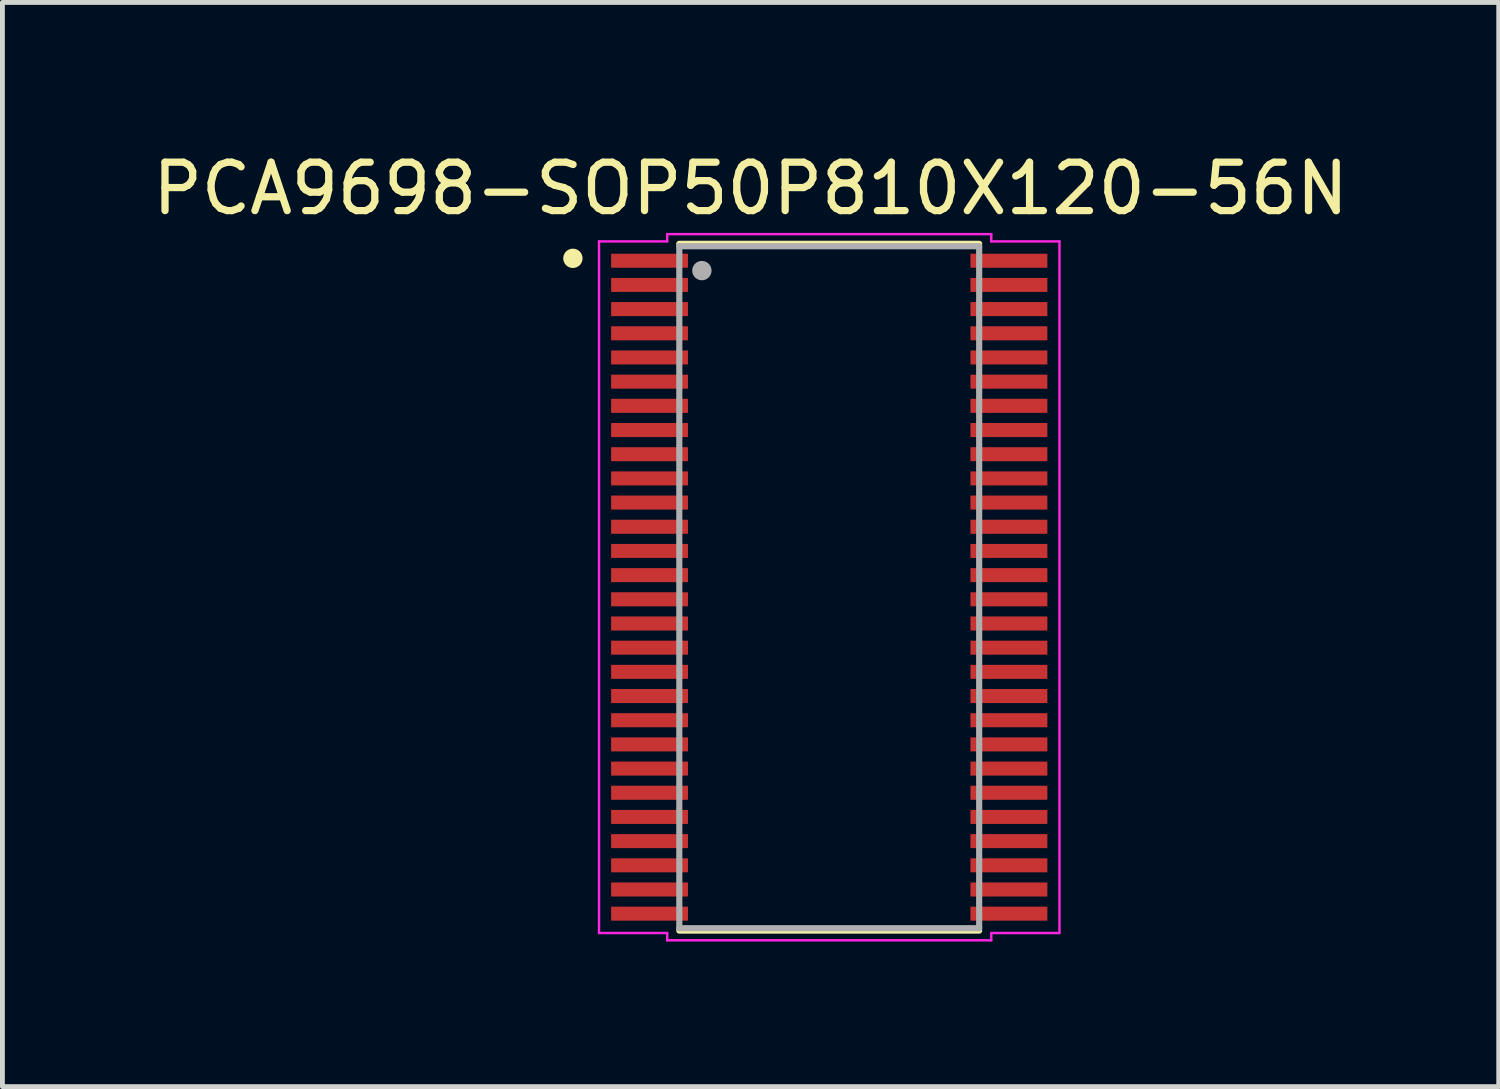
<source format=kicad_pcb>
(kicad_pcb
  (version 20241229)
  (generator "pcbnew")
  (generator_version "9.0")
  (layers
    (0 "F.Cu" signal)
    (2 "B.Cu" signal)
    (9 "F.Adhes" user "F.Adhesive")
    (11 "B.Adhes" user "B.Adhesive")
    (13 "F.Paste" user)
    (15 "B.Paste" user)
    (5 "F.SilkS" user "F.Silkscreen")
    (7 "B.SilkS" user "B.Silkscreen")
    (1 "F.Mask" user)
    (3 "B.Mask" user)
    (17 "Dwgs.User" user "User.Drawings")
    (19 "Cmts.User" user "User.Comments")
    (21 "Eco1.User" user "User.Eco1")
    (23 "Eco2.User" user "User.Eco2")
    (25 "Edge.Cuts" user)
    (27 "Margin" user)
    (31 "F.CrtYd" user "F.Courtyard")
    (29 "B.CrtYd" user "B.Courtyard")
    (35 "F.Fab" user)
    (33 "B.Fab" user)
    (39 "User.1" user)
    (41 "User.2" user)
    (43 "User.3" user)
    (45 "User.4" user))
  (footprint "PCA9698-SOP50P810X120-56N"
    (layer "F.Cu")
    (at 14.095 9.091)
    (property "Reference" "PCA9698-SOP50P810X120-56N" (at -1.626 -8.242 0) (layer "F.SilkS") (effects (font (size 1.001 1.001) (thickness 0.15))))
    (attr smd)
    (fp_line (start -3.1 -7.1) (end 3.1 -7.1) (stroke (width 0.127) (type solid)) (layer "F.SilkS"))
    (fp_line (start -3.1 7.1) (end 3.1 7.1) (stroke (width 0.127) (type solid)) (layer "F.SilkS"))
    (fp_circle (center -5.3 -6.8) (end -5.2 -6.8) (stroke (width 0.2) (type solid)) (fill no) (layer "F.SilkS"))
    (fp_line (start -4.76 -7.15) (end -3.35 -7.15) (stroke (width 0.05) (type solid)) (layer "F.CrtYd"))
    (fp_line (start -4.76 7.15) (end -4.76 -7.15) (stroke (width 0.05) (type solid)) (layer "F.CrtYd"))
    (fp_line (start -3.35 -7.3) (end 3.35 -7.3) (stroke (width 0.05) (type solid)) (layer "F.CrtYd"))
    (fp_line (start -3.35 -7.15) (end -3.35 -7.3) (stroke (width 0.05) (type solid)) (layer "F.CrtYd"))
    (fp_line (start -3.35 7.15) (end -4.76 7.15) (stroke (width 0.05) (type solid)) (layer "F.CrtYd"))
    (fp_line (start -3.35 7.3) (end -3.35 7.15) (stroke (width 0.05) (type solid)) (layer "F.CrtYd"))
    (fp_line (start 3.35 -7.3) (end 3.35 -7.15) (stroke (width 0.05) (type solid)) (layer "F.CrtYd"))
    (fp_line (start 3.35 -7.15) (end 4.76 -7.15) (stroke (width 0.05) (type solid)) (layer "F.CrtYd"))
    (fp_line (start 3.35 7.15) (end 3.35 7.3) (stroke (width 0.05) (type solid)) (layer "F.CrtYd"))
    (fp_line (start 3.35 7.3) (end -3.35 7.3) (stroke (width 0.05) (type solid)) (layer "F.CrtYd"))
    (fp_line (start 4.76 -7.15) (end 4.76 7.15) (stroke (width 0.05) (type solid)) (layer "F.CrtYd"))
    (fp_line (start 4.76 7.15) (end 3.35 7.15) (stroke (width 0.05) (type solid)) (layer "F.CrtYd"))
    (fp_line (start -3.1 -7.05) (end 3.1 -7.05) (stroke (width 0.127) (type solid)) (layer "F.Fab"))
    (fp_line (start -3.1 7.05) (end -3.1 -7.05) (stroke (width 0.127) (type solid)) (layer "F.Fab"))
    (fp_line (start 3.1 -7.05) (end 3.1 7.05) (stroke (width 0.127) (type solid)) (layer "F.Fab"))
    (fp_line (start 3.1 7.05) (end -3.1 7.05) (stroke (width 0.127) (type solid)) (layer "F.Fab"))
    (fp_circle (center -2.633 -6.546) (end -2.533 -6.546) (stroke (width 0.2) (type solid)) (fill no) (layer "F.Fab"))
    (pad "1" smd roundrect (at -3.715 -6.75) (size 1.59 0.29) (layers "F.Cu" "F.Mask" "F.Paste") (roundrect_rratio 0.035))
    (pad "2" smd roundrect (at -3.715 -6.25) (size 1.59 0.29) (layers "F.Cu" "F.Mask" "F.Paste") (roundrect_rratio 0.035))
    (pad "3" smd roundrect (at -3.715 -5.75) (size 1.59 0.29) (layers "F.Cu" "F.Mask" "F.Paste") (roundrect_rratio 0.035))
    (pad "4" smd roundrect (at -3.715 -5.25) (size 1.59 0.29) (layers "F.Cu" "F.Mask" "F.Paste") (roundrect_rratio 0.035))
    (pad "5" smd roundrect (at -3.715 -4.75) (size 1.59 0.29) (layers "F.Cu" "F.Mask" "F.Paste") (roundrect_rratio 0.035))
    (pad "6" smd roundrect (at -3.715 -4.25) (size 1.59 0.29) (layers "F.Cu" "F.Mask" "F.Paste") (roundrect_rratio 0.035))
    (pad "7" smd roundrect (at -3.715 -3.75) (size 1.59 0.29) (layers "F.Cu" "F.Mask" "F.Paste") (roundrect_rratio 0.035))
    (pad "8" smd roundrect (at -3.715 -3.25) (size 1.59 0.29) (layers "F.Cu" "F.Mask" "F.Paste") (roundrect_rratio 0.035))
    (pad "9" smd roundrect (at -3.715 -2.75) (size 1.59 0.29) (layers "F.Cu" "F.Mask" "F.Paste") (roundrect_rratio 0.035))
    (pad "10" smd roundrect (at -3.715 -2.25) (size 1.59 0.29) (layers "F.Cu" "F.Mask" "F.Paste") (roundrect_rratio 0.035))
    (pad "11" smd roundrect (at -3.715 -1.75) (size 1.59 0.29) (layers "F.Cu" "F.Mask" "F.Paste") (roundrect_rratio 0.035))
    (pad "12" smd roundrect (at -3.715 -1.25) (size 1.59 0.29) (layers "F.Cu" "F.Mask" "F.Paste") (roundrect_rratio 0.035))
    (pad "13" smd roundrect (at -3.715 -0.75) (size 1.59 0.29) (layers "F.Cu" "F.Mask" "F.Paste") (roundrect_rratio 0.035))
    (pad "14" smd roundrect (at -3.715 -0.25) (size 1.59 0.29) (layers "F.Cu" "F.Mask" "F.Paste") (roundrect_rratio 0.035))
    (pad "15" smd roundrect (at -3.715 0.25) (size 1.59 0.29) (layers "F.Cu" "F.Mask" "F.Paste") (roundrect_rratio 0.035))
    (pad "16" smd roundrect (at -3.715 0.75) (size 1.59 0.29) (layers "F.Cu" "F.Mask" "F.Paste") (roundrect_rratio 0.035))
    (pad "17" smd roundrect (at -3.715 1.25) (size 1.59 0.29) (layers "F.Cu" "F.Mask" "F.Paste") (roundrect_rratio 0.035))
    (pad "18" smd roundrect (at -3.715 1.75) (size 1.59 0.29) (layers "F.Cu" "F.Mask" "F.Paste") (roundrect_rratio 0.035))
    (pad "19" smd roundrect (at -3.715 2.25) (size 1.59 0.29) (layers "F.Cu" "F.Mask" "F.Paste") (roundrect_rratio 0.035))
    (pad "20" smd roundrect (at -3.715 2.75) (size 1.59 0.29) (layers "F.Cu" "F.Mask" "F.Paste") (roundrect_rratio 0.035))
    (pad "21" smd roundrect (at -3.715 3.25) (size 1.59 0.29) (layers "F.Cu" "F.Mask" "F.Paste") (roundrect_rratio 0.035))
    (pad "22" smd roundrect (at -3.715 3.75) (size 1.59 0.29) (layers "F.Cu" "F.Mask" "F.Paste") (roundrect_rratio 0.035))
    (pad "23" smd roundrect (at -3.715 4.25) (size 1.59 0.29) (layers "F.Cu" "F.Mask" "F.Paste") (roundrect_rratio 0.035))
    (pad "24" smd roundrect (at -3.715 4.75) (size 1.59 0.29) (layers "F.Cu" "F.Mask" "F.Paste") (roundrect_rratio 0.035))
    (pad "25" smd roundrect (at -3.715 5.25) (size 1.59 0.29) (layers "F.Cu" "F.Mask" "F.Paste") (roundrect_rratio 0.035))
    (pad "26" smd roundrect (at -3.715 5.75) (size 1.59 0.29) (layers "F.Cu" "F.Mask" "F.Paste") (roundrect_rratio 0.035))
    (pad "27" smd roundrect (at -3.715 6.25) (size 1.59 0.29) (layers "F.Cu" "F.Mask" "F.Paste") (roundrect_rratio 0.035))
    (pad "28" smd roundrect (at -3.715 6.75) (size 1.59 0.29) (layers "F.Cu" "F.Mask" "F.Paste") (roundrect_rratio 0.035))
    (pad "29" smd roundrect (at 3.715 6.75) (size 1.59 0.29) (layers "F.Cu" "F.Mask" "F.Paste") (roundrect_rratio 0.035))
    (pad "30" smd roundrect (at 3.715 6.25) (size 1.59 0.29) (layers "F.Cu" "F.Mask" "F.Paste") (roundrect_rratio 0.035))
    (pad "31" smd roundrect (at 3.715 5.75) (size 1.59 0.29) (layers "F.Cu" "F.Mask" "F.Paste") (roundrect_rratio 0.035))
    (pad "32" smd roundrect (at 3.715 5.25) (size 1.59 0.29) (layers "F.Cu" "F.Mask" "F.Paste") (roundrect_rratio 0.035))
    (pad "33" smd roundrect (at 3.715 4.75) (size 1.59 0.29) (layers "F.Cu" "F.Mask" "F.Paste") (roundrect_rratio 0.035))
    (pad "34" smd roundrect (at 3.715 4.25) (size 1.59 0.29) (layers "F.Cu" "F.Mask" "F.Paste") (roundrect_rratio 0.035))
    (pad "35" smd roundrect (at 3.715 3.75) (size 1.59 0.29) (layers "F.Cu" "F.Mask" "F.Paste") (roundrect_rratio 0.035))
    (pad "36" smd roundrect (at 3.715 3.25) (size 1.59 0.29) (layers "F.Cu" "F.Mask" "F.Paste") (roundrect_rratio 0.035))
    (pad "37" smd roundrect (at 3.715 2.75) (size 1.59 0.29) (layers "F.Cu" "F.Mask" "F.Paste") (roundrect_rratio 0.035))
    (pad "38" smd roundrect (at 3.715 2.25) (size 1.59 0.29) (layers "F.Cu" "F.Mask" "F.Paste") (roundrect_rratio 0.035))
    (pad "39" smd roundrect (at 3.715 1.75) (size 1.59 0.29) (layers "F.Cu" "F.Mask" "F.Paste") (roundrect_rratio 0.035))
    (pad "40" smd roundrect (at 3.715 1.25) (size 1.59 0.29) (layers "F.Cu" "F.Mask" "F.Paste") (roundrect_rratio 0.035))
    (pad "41" smd roundrect (at 3.715 0.75) (size 1.59 0.29) (layers "F.Cu" "F.Mask" "F.Paste") (roundrect_rratio 0.035))
    (pad "42" smd roundrect (at 3.715 0.25) (size 1.59 0.29) (layers "F.Cu" "F.Mask" "F.Paste") (roundrect_rratio 0.035))
    (pad "43" smd roundrect (at 3.715 -0.25) (size 1.59 0.29) (layers "F.Cu" "F.Mask" "F.Paste") (roundrect_rratio 0.035))
    (pad "44" smd roundrect (at 3.715 -0.75) (size 1.59 0.29) (layers "F.Cu" "F.Mask" "F.Paste") (roundrect_rratio 0.035))
    (pad "45" smd roundrect (at 3.715 -1.25) (size 1.59 0.29) (layers "F.Cu" "F.Mask" "F.Paste") (roundrect_rratio 0.035))
    (pad "46" smd roundrect (at 3.715 -1.75) (size 1.59 0.29) (layers "F.Cu" "F.Mask" "F.Paste") (roundrect_rratio 0.035))
    (pad "47" smd roundrect (at 3.715 -2.25) (size 1.59 0.29) (layers "F.Cu" "F.Mask" "F.Paste") (roundrect_rratio 0.035))
    (pad "48" smd roundrect (at 3.715 -2.75) (size 1.59 0.29) (layers "F.Cu" "F.Mask" "F.Paste") (roundrect_rratio 0.035))
    (pad "49" smd roundrect (at 3.715 -3.25) (size 1.59 0.29) (layers "F.Cu" "F.Mask" "F.Paste") (roundrect_rratio 0.035))
    (pad "50" smd roundrect (at 3.715 -3.75) (size 1.59 0.29) (layers "F.Cu" "F.Mask" "F.Paste") (roundrect_rratio 0.035))
    (pad "51" smd roundrect (at 3.715 -4.25) (size 1.59 0.29) (layers "F.Cu" "F.Mask" "F.Paste") (roundrect_rratio 0.035))
    (pad "52" smd roundrect (at 3.715 -4.75) (size 1.59 0.29) (layers "F.Cu" "F.Mask" "F.Paste") (roundrect_rratio 0.035))
    (pad "53" smd roundrect (at 3.715 -5.25) (size 1.59 0.29) (layers "F.Cu" "F.Mask" "F.Paste") (roundrect_rratio 0.035))
    (pad "54" smd roundrect (at 3.715 -5.75) (size 1.59 0.29) (layers "F.Cu" "F.Mask" "F.Paste") (roundrect_rratio 0.035))
    (pad "55" smd roundrect (at 3.715 -6.25) (size 1.59 0.29) (layers "F.Cu" "F.Mask" "F.Paste") (roundrect_rratio 0.035))
    (pad "56" smd roundrect (at 3.715 -6.75) (size 1.59 0.29) (layers "F.Cu" "F.Mask" "F.Paste") (roundrect_rratio 0.035)))
  (gr_rect
    (start -3 -3)
    (end 27.937 19.416)
    (stroke (width 0.1) (type default))
    (fill no)
    (layer "Edge.Cuts")))
</source>
